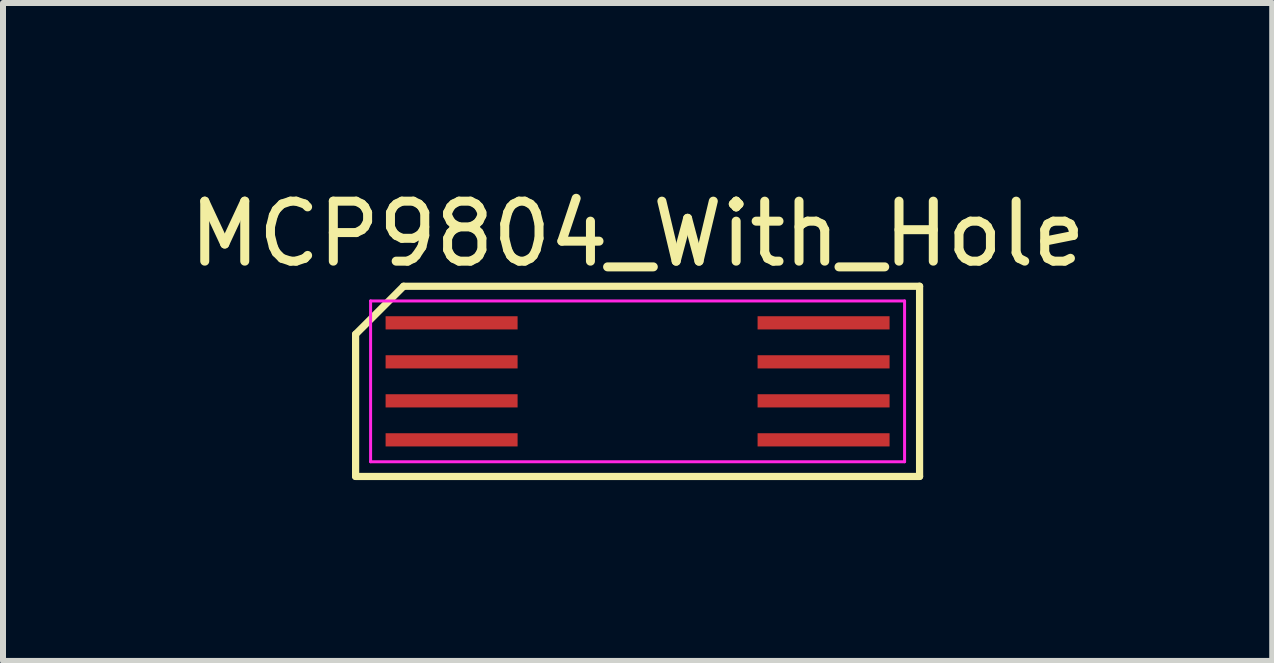
<source format=kicad_pcb>
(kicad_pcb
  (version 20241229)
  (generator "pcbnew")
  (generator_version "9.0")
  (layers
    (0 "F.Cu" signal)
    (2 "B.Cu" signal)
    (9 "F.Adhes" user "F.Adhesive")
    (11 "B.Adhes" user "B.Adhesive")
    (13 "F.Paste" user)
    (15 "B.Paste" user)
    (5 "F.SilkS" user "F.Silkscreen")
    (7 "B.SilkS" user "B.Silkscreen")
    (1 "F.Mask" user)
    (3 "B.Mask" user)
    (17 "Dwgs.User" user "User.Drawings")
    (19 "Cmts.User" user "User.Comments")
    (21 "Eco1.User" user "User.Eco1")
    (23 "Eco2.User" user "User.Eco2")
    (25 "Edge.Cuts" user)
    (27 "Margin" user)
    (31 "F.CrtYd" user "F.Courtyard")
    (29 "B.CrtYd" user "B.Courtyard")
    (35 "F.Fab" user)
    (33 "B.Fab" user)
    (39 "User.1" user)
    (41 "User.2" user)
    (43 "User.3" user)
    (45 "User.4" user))
  (footprint "MCP9804_With_Hole"
    (layer "F.Cu")
    (at 7.577 3.306)
    (property "Reference" "MCP9804_With_Hole" (at 0 -2.458 0) (layer "F.SilkS") (effects (font (size 1 1) (thickness 0.15))))
    (attr smd)
    (fp_line (start -4.7 -0.785) (end -3.9 -1.585) (stroke (width 0.12) (type solid)) (layer "F.SilkS"))
    (fp_line (start -4.7 1.585) (end -4.7 -0.785) (stroke (width 0.12) (type solid)) (layer "F.SilkS"))
    (fp_line (start -3.9 -1.585) (end 4.7 -1.585) (stroke (width 0.12) (type solid)) (layer "F.SilkS"))
    (fp_line (start 4.7 -1.585) (end 4.7 1.585) (stroke (width 0.12) (type solid)) (layer "F.SilkS"))
    (fp_line (start 4.7 1.585) (end -4.7 1.585) (stroke (width 0.12) (type solid)) (layer "F.SilkS"))
    (fp_line (start -2 -1.6) (end -2 1.6) (stroke (width 0.12) (type solid)) (layer "Eco1.User"))
    (fp_line (start -2 -1.6) (end 2 -1.6) (stroke (width 0.12) (type solid)) (layer "Eco1.User"))
    (fp_line (start -2 1.6) (end 2 1.6) (stroke (width 0.12) (type solid)) (layer "Eco1.User"))
    (fp_line (start 2 -1.6) (end 2 1.6) (stroke (width 0.12) (type solid)) (layer "Eco1.User"))
    (fp_line (start -4.45 -1.34) (end 4.45 -1.34) (stroke (width 0.05) (type solid)) (layer "F.CrtYd"))
    (fp_line (start -4.45 1.34) (end -4.45 -1.34) (stroke (width 0.05) (type solid)) (layer "F.CrtYd"))
    (fp_line (start 4.45 -1.34) (end 4.45 1.34) (stroke (width 0.05) (type solid)) (layer "F.CrtYd"))
    (fp_line (start 4.45 1.34) (end -4.45 1.34) (stroke (width 0.05) (type solid)) (layer "F.CrtYd"))
    (pad "1" smd rect (at 3.1 -0.975 270) (size 0.22 2.2) (layers "F.Cu" "F.Mask" "F.Paste"))
    (pad "2" smd rect (at 3.1 -0.325 270) (size 0.22 2.2) (layers "F.Cu" "F.Mask" "F.Paste"))
    (pad "3" smd rect (at 3.1 0.325 270) (size 0.22 2.2) (layers "F.Cu" "F.Mask" "F.Paste"))
    (pad "4" smd rect (at 3.1 0.975 270) (size 0.22 2.2) (layers "F.Cu" "F.Mask" "F.Paste"))
    (pad "5" smd rect (at -3.1 0.975 270) (size 0.22 2.2) (layers "F.Cu" "F.Mask" "F.Paste"))
    (pad "6" smd rect (at -3.1 0.325 270) (size 0.22 2.2) (layers "F.Cu" "F.Mask" "F.Paste"))
    (pad "7" smd rect (at -3.1 -0.325 270) (size 0.22 2.2) (layers "F.Cu" "F.Mask" "F.Paste"))
    (pad "8" smd rect (at -3.1 -0.975 270) (size 0.22 2.2) (layers "F.Cu" "F.Mask" "F.Paste")))
  (gr_rect
    (start -3 -3)
    (end 18.155 7.966)
    (stroke (width 0.1) (type default))
    (fill no)
    (layer "Edge.Cuts")))
</source>
